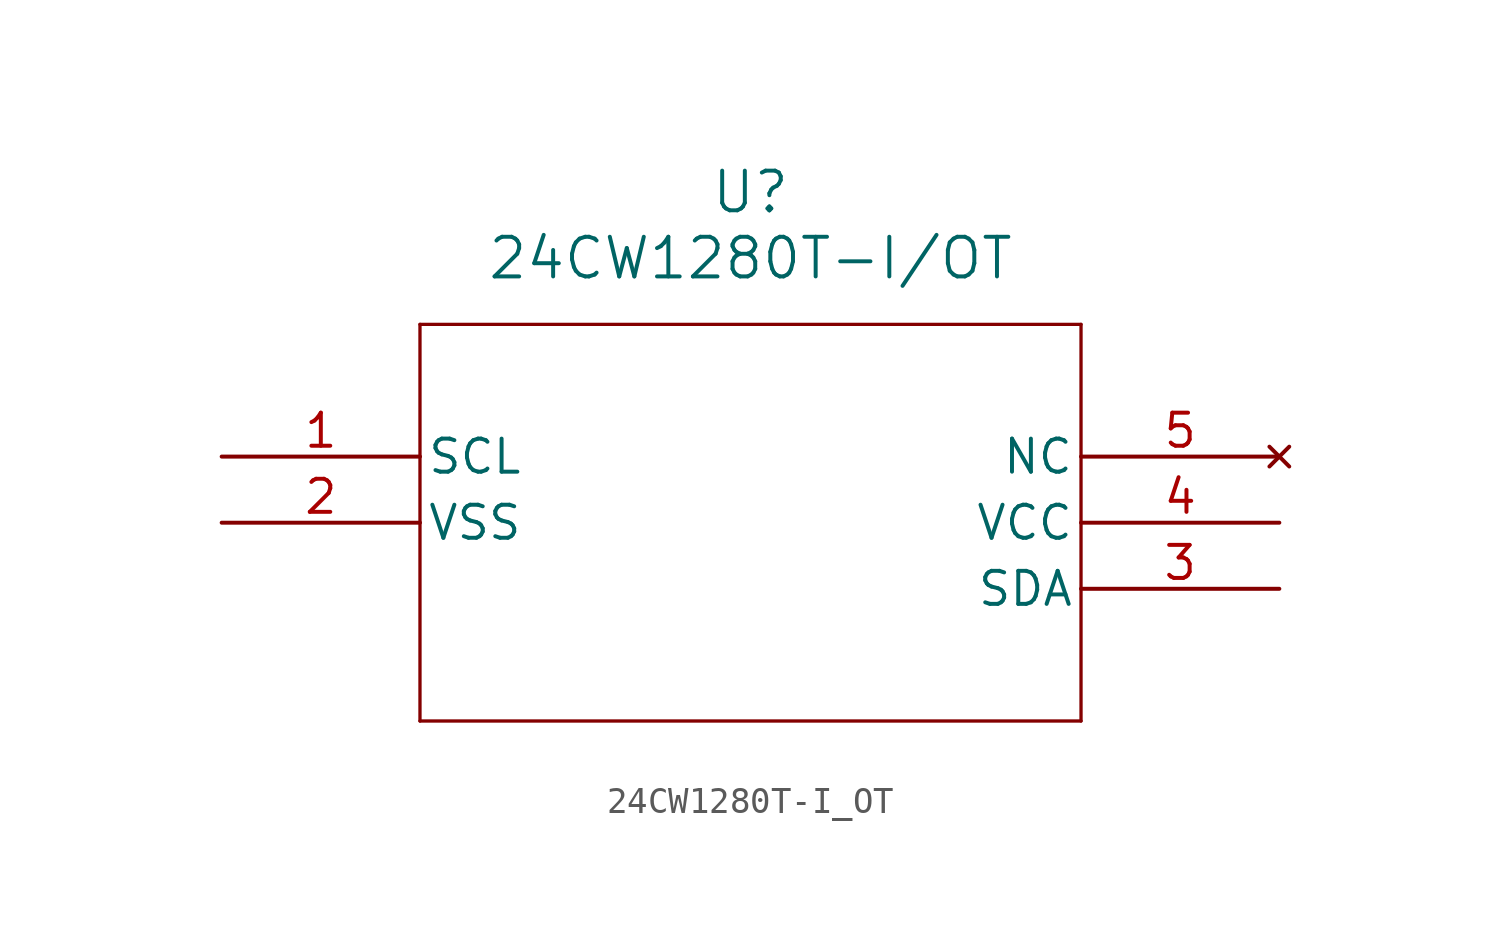
<source format=kicad_sym>
(kicad_symbol_lib
  (version 20231120)
  (generator "kicad_symbol_editor")
  (generator_version "8.0")
  (symbol "24CW1280T-I_OT"
    (pin_names
      (offset 0.254))
    (property "Reference" "U"
      (at 20.32 10.16 0)
      (effects (font (size 1.524 1.524))))
    (property "Value" "24CW1280T-I/OT"
      (at 20.32 7.62 0)
      (effects (font (size 1.524 1.524))))
    (symbol "24CW1280T-I_OT_0_1"
      (polyline (pts (xy 7.62 -10.16) (xy 33.02 -10.16)) (stroke (width 0.127) (type default)) (fill (type none)))
      (polyline (pts (xy 7.62 5.08) (xy 7.62 -10.16)) (stroke (width 0.127) (type default)) (fill (type none)))
      (polyline (pts (xy 33.02 -10.16) (xy 33.02 5.08)) (stroke (width 0.127) (type default)) (fill (type none)))
      (polyline (pts (xy 33.02 5.08) (xy 7.62 5.08)) (stroke (width 0.127) (type default)) (fill (type none)))
      (pin unspecified line (at 0 0 0) (length 7.62) (name "SCL" (effects (font (size 1.27 1.27)))) (number "1" (effects (font (size 1.27 1.27)))))
      (pin power_out line (at 0 -2.54 0) (length 7.62) (name "VSS" (effects (font (size 1.27 1.27)))) (number "2" (effects (font (size 1.27 1.27)))))
      (pin unspecified line (at 40.64 -5.08 180) (length 7.62) (name "SDA" (effects (font (size 1.27 1.27)))) (number "3" (effects (font (size 1.27 1.27)))))
      (pin power_in line (at 40.64 -2.54 180) (length 7.62) (name "VCC" (effects (font (size 1.27 1.27)))) (number "4" (effects (font (size 1.27 1.27)))))
      (pin no_connect line (at 40.64 0 180) (length 7.62) (name "NC" (effects (font (size 1.27 1.27)))) (number "5" (effects (font (size 1.27 1.27))))))))
</source>
